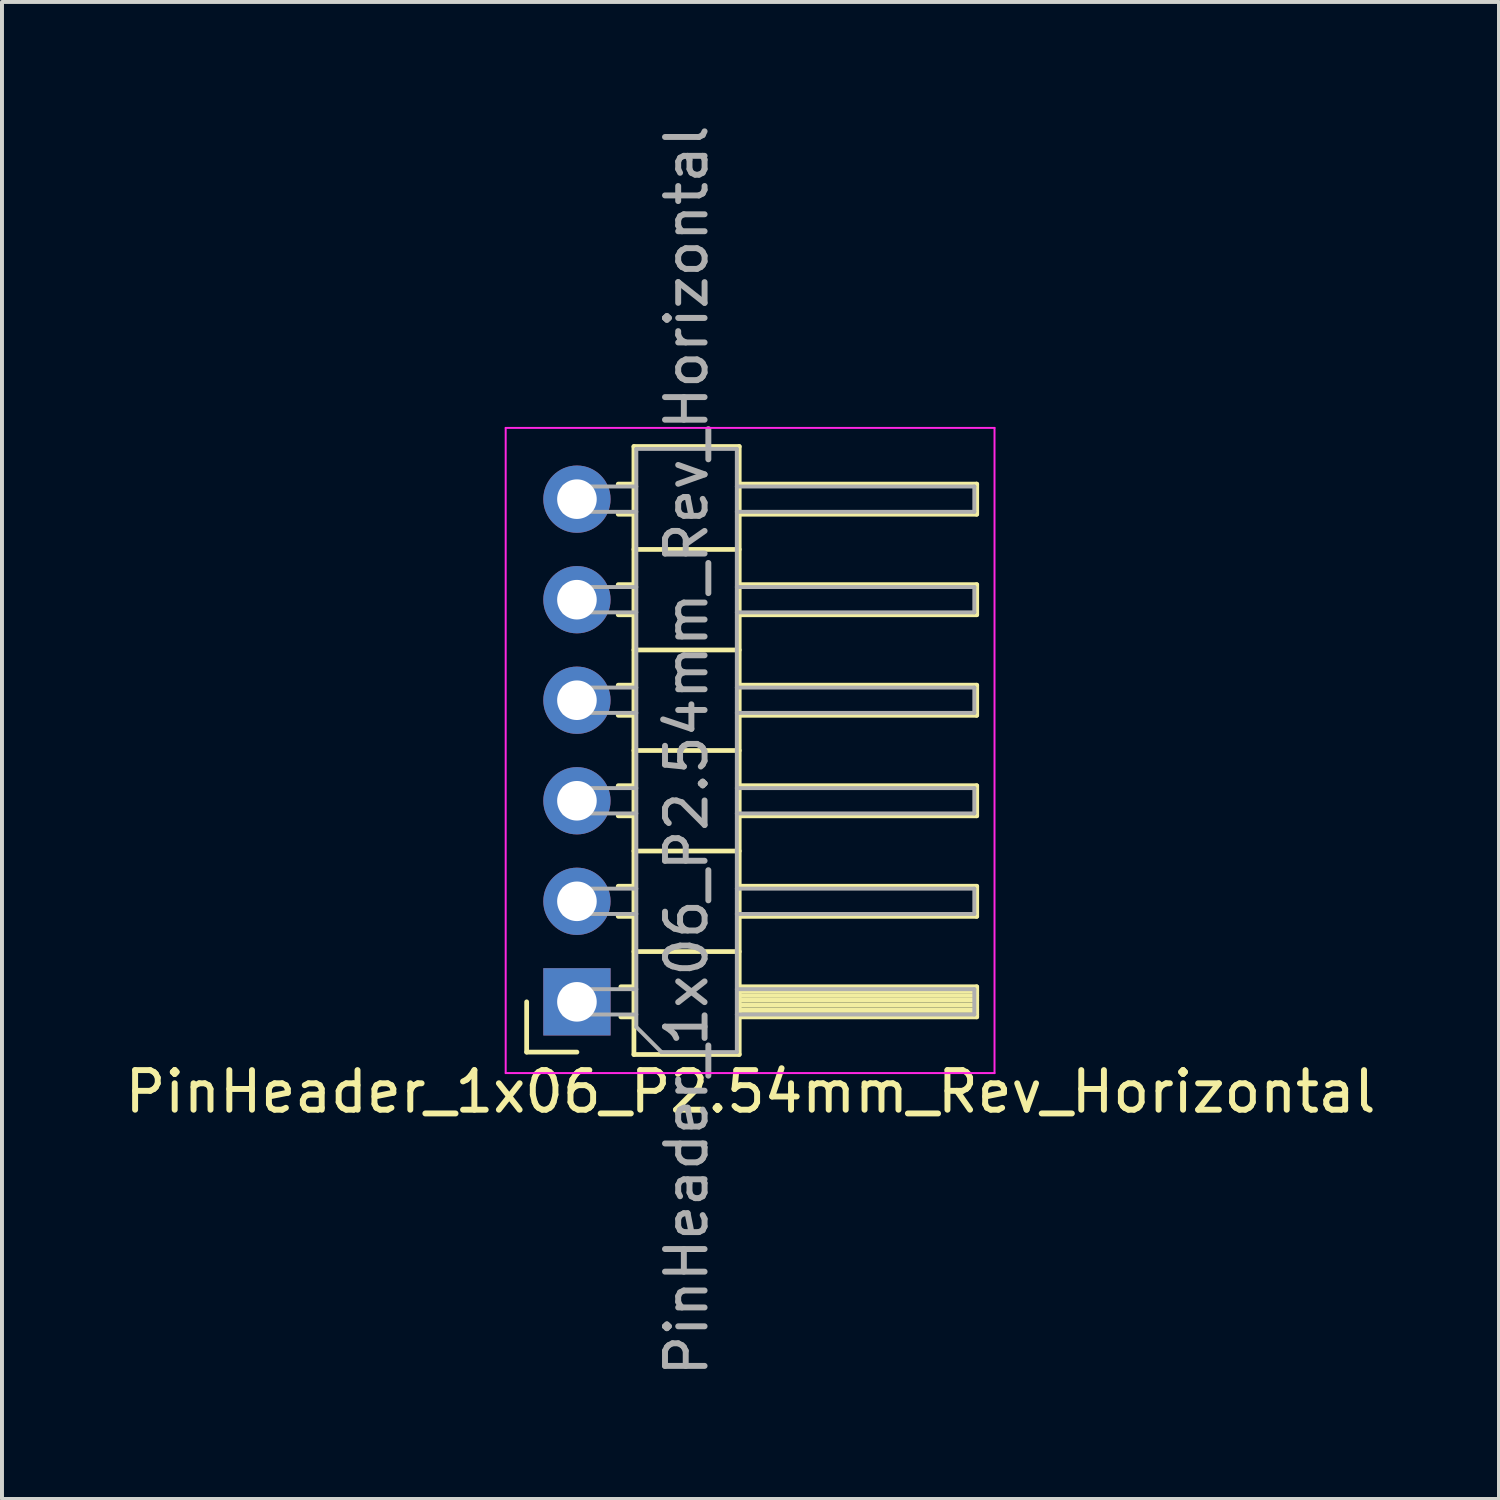
<source format=kicad_pcb>
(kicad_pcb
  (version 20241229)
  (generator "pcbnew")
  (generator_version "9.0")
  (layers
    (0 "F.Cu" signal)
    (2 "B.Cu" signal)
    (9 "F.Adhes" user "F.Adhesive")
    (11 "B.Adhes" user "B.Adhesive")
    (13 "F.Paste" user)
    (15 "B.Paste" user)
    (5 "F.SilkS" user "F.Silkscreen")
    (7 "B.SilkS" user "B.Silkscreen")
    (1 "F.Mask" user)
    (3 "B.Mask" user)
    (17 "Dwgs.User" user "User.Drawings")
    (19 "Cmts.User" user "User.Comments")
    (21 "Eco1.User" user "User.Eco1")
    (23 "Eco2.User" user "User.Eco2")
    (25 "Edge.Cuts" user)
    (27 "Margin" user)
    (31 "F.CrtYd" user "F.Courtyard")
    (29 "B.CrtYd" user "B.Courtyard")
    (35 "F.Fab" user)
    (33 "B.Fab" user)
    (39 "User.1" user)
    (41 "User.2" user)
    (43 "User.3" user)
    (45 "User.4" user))
  (footprint "PinHeader_1x06_P2.54mm_Rev_Horizontal"
    (layer "F.Cu")
    (at 11.502 22.261)
    (property "Reference" "PinHeader_1x06_P2.54mm_Rev_Horizontal" (at 4.409 2.27 0) (layer "F.SilkS") (effects (font (size 1 1) (thickness 0.15))))
    (attr through_hole)
    (fp_line (start -1.246 0) (end -1.246 1.27) (stroke (width 0.12) (type solid)) (layer "F.SilkS"))
    (fp_line (start -1.246 1.27) (end 0.024 1.27) (stroke (width 0.12) (type solid)) (layer "F.SilkS"))
    (fp_line (start 1.067 -13.08) (end 1.464 -13.08) (stroke (width 0.12) (type solid)) (layer "F.SilkS"))
    (fp_line (start 1.067 -12.32) (end 1.464 -12.32) (stroke (width 0.12) (type solid)) (layer "F.SilkS"))
    (fp_line (start 1.067 -10.54) (end 1.464 -10.54) (stroke (width 0.12) (type solid)) (layer "F.SilkS"))
    (fp_line (start 1.067 -9.78) (end 1.464 -9.78) (stroke (width 0.12) (type solid)) (layer "F.SilkS"))
    (fp_line (start 1.067 -8) (end 1.464 -8) (stroke (width 0.12) (type solid)) (layer "F.SilkS"))
    (fp_line (start 1.067 -7.24) (end 1.464 -7.24) (stroke (width 0.12) (type solid)) (layer "F.SilkS"))
    (fp_line (start 1.067 -5.46) (end 1.464 -5.46) (stroke (width 0.12) (type solid)) (layer "F.SilkS"))
    (fp_line (start 1.067 -4.7) (end 1.464 -4.7) (stroke (width 0.12) (type solid)) (layer "F.SilkS"))
    (fp_line (start 1.067 -2.92) (end 1.464 -2.92) (stroke (width 0.12) (type solid)) (layer "F.SilkS"))
    (fp_line (start 1.067 -2.16) (end 1.464 -2.16) (stroke (width 0.12) (type solid)) (layer "F.SilkS"))
    (fp_line (start 1.134 -0.38) (end 1.464 -0.38) (stroke (width 0.12) (type solid)) (layer "F.SilkS"))
    (fp_line (start 1.134 0.38) (end 1.464 0.38) (stroke (width 0.12) (type solid)) (layer "F.SilkS"))
    (fp_line (start 1.464 -14.03) (end 4.124 -14.03) (stroke (width 0.12) (type solid)) (layer "F.SilkS"))
    (fp_line (start 1.464 -11.43) (end 4.124 -11.43) (stroke (width 0.12) (type solid)) (layer "F.SilkS"))
    (fp_line (start 1.464 -8.89) (end 4.124 -8.89) (stroke (width 0.12) (type solid)) (layer "F.SilkS"))
    (fp_line (start 1.464 -6.35) (end 4.124 -6.35) (stroke (width 0.12) (type solid)) (layer "F.SilkS"))
    (fp_line (start 1.464 -3.81) (end 4.124 -3.81) (stroke (width 0.12) (type solid)) (layer "F.SilkS"))
    (fp_line (start 1.464 -1.27) (end 4.124 -1.27) (stroke (width 0.12) (type solid)) (layer "F.SilkS"))
    (fp_line (start 1.464 1.33) (end 1.464 -14.03) (stroke (width 0.12) (type solid)) (layer "F.SilkS"))
    (fp_line (start 4.124 -14.03) (end 4.124 1.33) (stroke (width 0.12) (type solid)) (layer "F.SilkS"))
    (fp_line (start 4.124 -12.32) (end 10.124 -12.32) (stroke (width 0.12) (type solid)) (layer "F.SilkS"))
    (fp_line (start 4.124 -9.78) (end 10.124 -9.78) (stroke (width 0.12) (type solid)) (layer "F.SilkS"))
    (fp_line (start 4.124 -7.24) (end 10.124 -7.24) (stroke (width 0.12) (type solid)) (layer "F.SilkS"))
    (fp_line (start 4.124 -4.7) (end 10.124 -4.7) (stroke (width 0.12) (type solid)) (layer "F.SilkS"))
    (fp_line (start 4.124 -2.16) (end 10.124 -2.16) (stroke (width 0.12) (type solid)) (layer "F.SilkS"))
    (fp_line (start 4.124 -0.28) (end 10.124 -0.28) (stroke (width 0.12) (type solid)) (layer "F.SilkS"))
    (fp_line (start 4.124 -0.16) (end 10.124 -0.16) (stroke (width 0.12) (type solid)) (layer "F.SilkS"))
    (fp_line (start 4.124 -0.04) (end 10.124 -0.04) (stroke (width 0.12) (type solid)) (layer "F.SilkS"))
    (fp_line (start 4.124 0.08) (end 10.124 0.08) (stroke (width 0.12) (type solid)) (layer "F.SilkS"))
    (fp_line (start 4.124 0.2) (end 10.124 0.2) (stroke (width 0.12) (type solid)) (layer "F.SilkS"))
    (fp_line (start 4.124 0.32) (end 10.124 0.32) (stroke (width 0.12) (type solid)) (layer "F.SilkS"))
    (fp_line (start 4.124 0.38) (end 10.124 0.38) (stroke (width 0.12) (type solid)) (layer "F.SilkS"))
    (fp_line (start 4.124 1.33) (end 1.464 1.33) (stroke (width 0.12) (type solid)) (layer "F.SilkS"))
    (fp_line (start 10.124 -13.08) (end 4.124 -13.08) (stroke (width 0.12) (type solid)) (layer "F.SilkS"))
    (fp_line (start 10.124 -12.32) (end 10.124 -13.08) (stroke (width 0.12) (type solid)) (layer "F.SilkS"))
    (fp_line (start 10.124 -10.54) (end 4.124 -10.54) (stroke (width 0.12) (type solid)) (layer "F.SilkS"))
    (fp_line (start 10.124 -9.78) (end 10.124 -10.54) (stroke (width 0.12) (type solid)) (layer "F.SilkS"))
    (fp_line (start 10.124 -8) (end 4.124 -8) (stroke (width 0.12) (type solid)) (layer "F.SilkS"))
    (fp_line (start 10.124 -7.24) (end 10.124 -8) (stroke (width 0.12) (type solid)) (layer "F.SilkS"))
    (fp_line (start 10.124 -5.46) (end 4.124 -5.46) (stroke (width 0.12) (type solid)) (layer "F.SilkS"))
    (fp_line (start 10.124 -4.7) (end 10.124 -5.46) (stroke (width 0.12) (type solid)) (layer "F.SilkS"))
    (fp_line (start 10.124 -2.92) (end 4.124 -2.92) (stroke (width 0.12) (type solid)) (layer "F.SilkS"))
    (fp_line (start 10.124 -2.16) (end 10.124 -2.92) (stroke (width 0.12) (type solid)) (layer "F.SilkS"))
    (fp_line (start 10.124 -0.38) (end 4.124 -0.38) (stroke (width 0.12) (type solid)) (layer "F.SilkS"))
    (fp_line (start 10.124 0.38) (end 10.124 -0.38) (stroke (width 0.12) (type solid)) (layer "F.SilkS"))
    (fp_line (start -1.776 -14.5) (end 10.574 -14.5) (stroke (width 0.05) (type solid)) (layer "F.CrtYd"))
    (fp_line (start -1.776 1.8) (end -1.776 -14.5) (stroke (width 0.05) (type solid)) (layer "F.CrtYd"))
    (fp_line (start 10.574 -14.5) (end 10.574 1.8) (stroke (width 0.05) (type solid)) (layer "F.CrtYd"))
    (fp_line (start 10.574 1.8) (end -1.776 1.8) (stroke (width 0.05) (type solid)) (layer "F.CrtYd"))
    (fp_line (start -0.296 -13.02) (end 1.524 -13.02) (stroke (width 0.1) (type solid)) (layer "F.Fab"))
    (fp_line (start -0.296 -12.38) (end -0.296 -13.02) (stroke (width 0.1) (type solid)) (layer "F.Fab"))
    (fp_line (start -0.296 -12.38) (end 1.524 -12.38) (stroke (width 0.1) (type solid)) (layer "F.Fab"))
    (fp_line (start -0.296 -10.48) (end 1.524 -10.48) (stroke (width 0.1) (type solid)) (layer "F.Fab"))
    (fp_line (start -0.296 -9.84) (end -0.296 -10.48) (stroke (width 0.1) (type solid)) (layer "F.Fab"))
    (fp_line (start -0.296 -9.84) (end 1.524 -9.84) (stroke (width 0.1) (type solid)) (layer "F.Fab"))
    (fp_line (start -0.296 -7.94) (end 1.524 -7.94) (stroke (width 0.1) (type solid)) (layer "F.Fab"))
    (fp_line (start -0.296 -7.3) (end -0.296 -7.94) (stroke (width 0.1) (type solid)) (layer "F.Fab"))
    (fp_line (start -0.296 -7.3) (end 1.524 -7.3) (stroke (width 0.1) (type solid)) (layer "F.Fab"))
    (fp_line (start -0.296 -5.4) (end 1.524 -5.4) (stroke (width 0.1) (type solid)) (layer "F.Fab"))
    (fp_line (start -0.296 -4.76) (end -0.296 -5.4) (stroke (width 0.1) (type solid)) (layer "F.Fab"))
    (fp_line (start -0.296 -4.76) (end 1.524 -4.76) (stroke (width 0.1) (type solid)) (layer "F.Fab"))
    (fp_line (start -0.296 -2.86) (end 1.524 -2.86) (stroke (width 0.1) (type solid)) (layer "F.Fab"))
    (fp_line (start -0.296 -2.22) (end -0.296 -2.86) (stroke (width 0.1) (type solid)) (layer "F.Fab"))
    (fp_line (start -0.296 -2.22) (end 1.524 -2.22) (stroke (width 0.1) (type solid)) (layer "F.Fab"))
    (fp_line (start -0.296 -0.32) (end 1.524 -0.32) (stroke (width 0.1) (type solid)) (layer "F.Fab"))
    (fp_line (start -0.296 0.32) (end -0.296 -0.32) (stroke (width 0.1) (type solid)) (layer "F.Fab"))
    (fp_line (start -0.296 0.32) (end 1.524 0.32) (stroke (width 0.1) (type solid)) (layer "F.Fab"))
    (fp_line (start 1.524 -13.97) (end 1.524 0.635) (stroke (width 0.1) (type solid)) (layer "F.Fab"))
    (fp_line (start 1.524 0.635) (end 2.159 1.27) (stroke (width 0.1) (type solid)) (layer "F.Fab"))
    (fp_line (start 2.159 1.27) (end 4.064 1.27) (stroke (width 0.1) (type solid)) (layer "F.Fab"))
    (fp_line (start 4.064 -13.97) (end 1.524 -13.97) (stroke (width 0.1) (type solid)) (layer "F.Fab"))
    (fp_line (start 4.064 -13.02) (end 10.064 -13.02) (stroke (width 0.1) (type solid)) (layer "F.Fab"))
    (fp_line (start 4.064 -12.38) (end 10.064 -12.38) (stroke (width 0.1) (type solid)) (layer "F.Fab"))
    (fp_line (start 4.064 -10.48) (end 10.064 -10.48) (stroke (width 0.1) (type solid)) (layer "F.Fab"))
    (fp_line (start 4.064 -9.84) (end 10.064 -9.84) (stroke (width 0.1) (type solid)) (layer "F.Fab"))
    (fp_line (start 4.064 -7.94) (end 10.064 -7.94) (stroke (width 0.1) (type solid)) (layer "F.Fab"))
    (fp_line (start 4.064 -7.3) (end 10.064 -7.3) (stroke (width 0.1) (type solid)) (layer "F.Fab"))
    (fp_line (start 4.064 -5.4) (end 10.064 -5.4) (stroke (width 0.1) (type solid)) (layer "F.Fab"))
    (fp_line (start 4.064 -4.76) (end 10.064 -4.76) (stroke (width 0.1) (type solid)) (layer "F.Fab"))
    (fp_line (start 4.064 -2.86) (end 10.064 -2.86) (stroke (width 0.1) (type solid)) (layer "F.Fab"))
    (fp_line (start 4.064 -2.22) (end 10.064 -2.22) (stroke (width 0.1) (type solid)) (layer "F.Fab"))
    (fp_line (start 4.064 -0.32) (end 10.064 -0.32) (stroke (width 0.1) (type solid)) (layer "F.Fab"))
    (fp_line (start 4.064 0.32) (end 10.064 0.32) (stroke (width 0.1) (type solid)) (layer "F.Fab"))
    (fp_line (start 4.064 1.27) (end 4.064 -13.97) (stroke (width 0.1) (type solid)) (layer "F.Fab"))
    (fp_line (start 10.064 -12.38) (end 10.064 -13.02) (stroke (width 0.1) (type solid)) (layer "F.Fab"))
    (fp_line (start 10.064 -9.84) (end 10.064 -10.48) (stroke (width 0.1) (type solid)) (layer "F.Fab"))
    (fp_line (start 10.064 -7.3) (end 10.064 -7.94) (stroke (width 0.1) (type solid)) (layer "F.Fab"))
    (fp_line (start 10.064 -4.76) (end 10.064 -5.4) (stroke (width 0.1) (type solid)) (layer "F.Fab"))
    (fp_line (start 10.064 -2.22) (end 10.064 -2.86) (stroke (width 0.1) (type solid)) (layer "F.Fab"))
    (fp_line (start 10.064 0.32) (end 10.064 -0.32) (stroke (width 0.1) (type solid)) (layer "F.Fab"))
    (fp_text user "${REFERENCE}" (at 2.794 -6.35 90) (layer "F.Fab") (effects (font (size 1 1) (thickness 0.15))))
    (pad "1" thru_hole rect (at 0.024 0) (size 1.7 1.7) (drill 1) (layers "*.Cu" "*.Mask"))
    (pad "2" thru_hole oval (at 0.024 -2.54) (size 1.7 1.7) (drill 1) (layers "*.Cu" "*.Mask"))
    (pad "3" thru_hole oval (at 0.024 -5.08) (size 1.7 1.7) (drill 1) (layers "*.Cu" "*.Mask"))
    (pad "4" thru_hole oval (at 0.024 -7.62) (size 1.7 1.7) (drill 1) (layers "*.Cu" "*.Mask"))
    (pad "5" thru_hole oval (at 0.024 -10.16) (size 1.7 1.7) (drill 1) (layers "*.Cu" "*.Mask"))
    (pad "6" thru_hole oval (at 0.024 -12.7) (size 1.7 1.7) (drill 1) (layers "*.Cu" "*.Mask")))
  (gr_rect
    (start -3 -3)
    (end 34.821 34.821)
    (stroke (width 0.1) (type default))
    (fill no)
    (layer "Edge.Cuts")))
</source>
